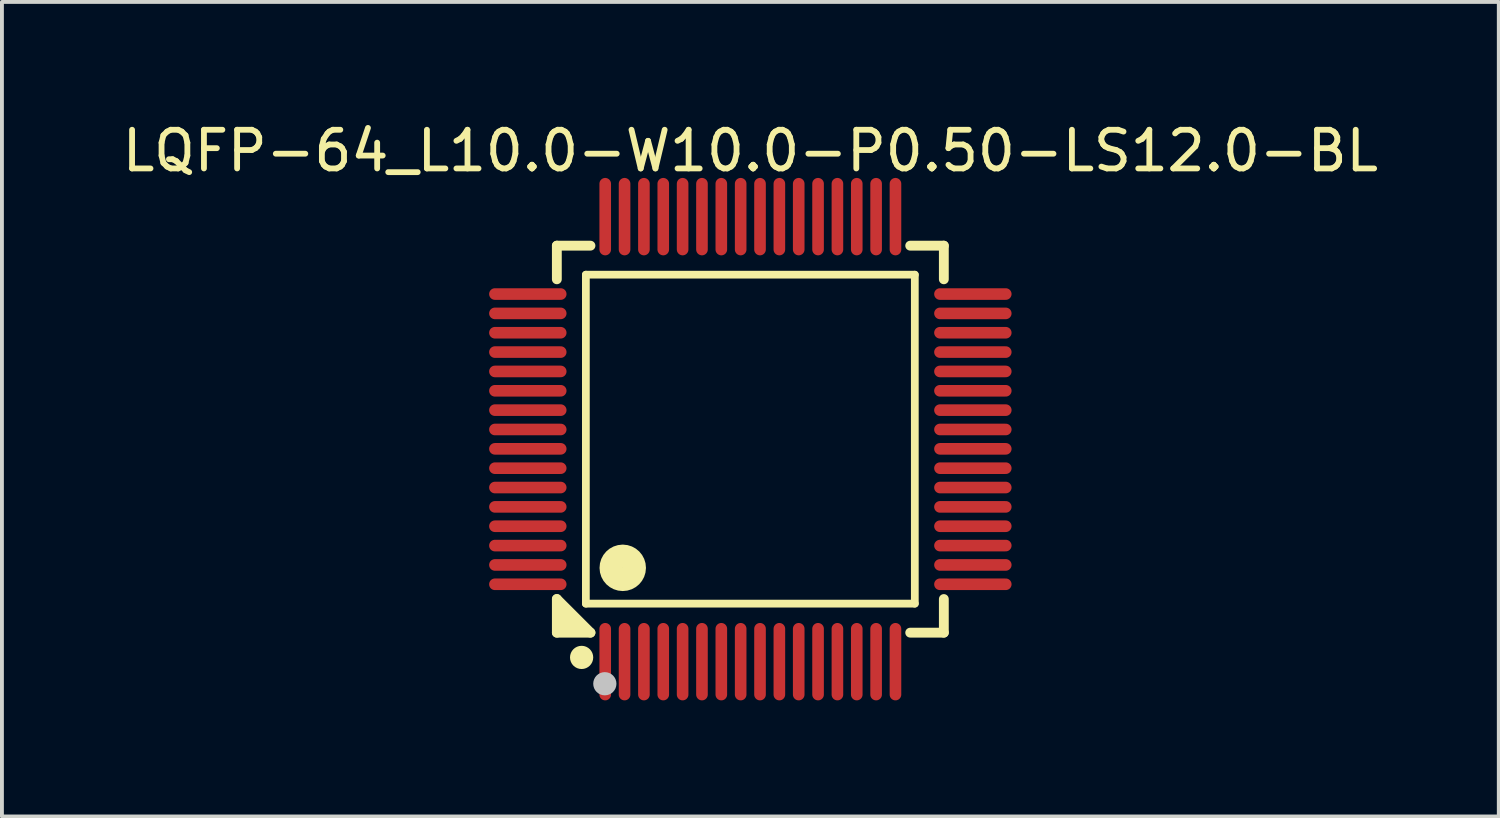
<source format=kicad_pcb>
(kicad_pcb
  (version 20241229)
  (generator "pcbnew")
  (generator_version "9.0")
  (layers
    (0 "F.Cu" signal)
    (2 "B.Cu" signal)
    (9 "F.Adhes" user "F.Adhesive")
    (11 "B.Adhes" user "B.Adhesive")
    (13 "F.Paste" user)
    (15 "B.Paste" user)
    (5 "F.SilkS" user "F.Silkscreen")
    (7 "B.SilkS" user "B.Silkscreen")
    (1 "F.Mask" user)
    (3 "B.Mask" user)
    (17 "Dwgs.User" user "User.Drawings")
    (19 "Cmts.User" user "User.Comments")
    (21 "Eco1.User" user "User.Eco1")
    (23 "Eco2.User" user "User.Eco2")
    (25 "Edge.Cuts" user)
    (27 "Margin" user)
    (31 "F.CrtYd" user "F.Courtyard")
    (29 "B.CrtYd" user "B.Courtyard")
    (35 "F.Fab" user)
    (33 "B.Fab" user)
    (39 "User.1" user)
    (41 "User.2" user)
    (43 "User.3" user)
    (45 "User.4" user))
  (footprint "LQFP-64_L10.0-W10.0-P0.50-LS12.0-BL"
    (layer "F.Cu")
    (at 16.339 8.298)
    (property "Reference" "LQFP-64_L10.0-W10.0-P0.50-LS12.0-BL" (at 0 -7.45 0) (layer "F.SilkS") (effects (font (size 1 1) (thickness 0.15))))
    (fp_line (start -5 -5) (end -4.131 -5) (stroke (width 0.254) (type default)) (layer "F.SilkS"))
    (fp_line (start -5 -4.131) (end -5 -5) (stroke (width 0.254) (type default)) (layer "F.SilkS"))
    (fp_line (start -5 4.131) (end -4.131 5) (stroke (width 0.254) (type default)) (layer "F.SilkS"))
    (fp_line (start -5 5) (end -5 4.131) (stroke (width 0.254) (type default)) (layer "F.SilkS"))
    (fp_line (start -4.25 -4.25) (end -4.25 4.25) (stroke (width 0.2) (type default)) (layer "F.SilkS"))
    (fp_line (start -4.25 4.25) (end 4.25 4.25) (stroke (width 0.2) (type default)) (layer "F.SilkS"))
    (fp_line (start -4.131 5) (end -5 5) (stroke (width 0.254) (type default)) (layer "F.SilkS"))
    (fp_line (start 4.25 -4.25) (end -4.25 -4.25) (stroke (width 0.2) (type default)) (layer "F.SilkS"))
    (fp_line (start 4.25 4.25) (end 4.25 -4.25) (stroke (width 0.2) (type default)) (layer "F.SilkS"))
    (fp_line (start 5 -5) (end 4.131 -5) (stroke (width 0.254) (type default)) (layer "F.SilkS"))
    (fp_line (start 5 -5) (end 5 -4.131) (stroke (width 0.254) (type default)) (layer "F.SilkS"))
    (fp_line (start 5 4.131) (end 5 5) (stroke (width 0.254) (type default)) (layer "F.SilkS"))
    (fp_line (start 5 5) (end 4.131 5) (stroke (width 0.254) (type default)) (layer "F.SilkS"))
    (fp_arc (start -4.3585 5.49) (mid -4.36 5.790007) (end -4.3615 5.49) (stroke (width 0.3) (type default)) (layer "F.SilkS"))
    (fp_arc (start -3.2945 3.025) (mid -3.297 3.62501) (end -3.2995 3.025) (stroke (width 0.6) (type default)) (layer "F.SilkS"))
    (fp_poly (pts (xy -4.131 5) (xy -5 4.131) (xy -5 5)) (stroke (width 0) (type default)) (fill yes) (layer "F.SilkS"))
    (fp_circle (center -3.76 6.32) (end -3.61 6.32) (stroke (width 0.3) (type default)) (fill no) (layer "Dwgs.User"))
    (fp_poly (pts (xy -6 -3.64) (xy -6 -3.86) (xy -5.4 -3.86) (xy -5.4 -3.64)) (stroke (width 0.1) (type default)) (fill no) (layer "User.1"))
    (fp_poly (pts (xy -6 -3.14) (xy -6 -3.36) (xy -5.4 -3.36) (xy -5.4 -3.14)) (stroke (width 0.1) (type default)) (fill no) (layer "User.1"))
    (fp_poly (pts (xy -6 -2.64) (xy -6 -2.86) (xy -5.4 -2.86) (xy -5.4 -2.64)) (stroke (width 0.1) (type default)) (fill no) (layer "User.1"))
    (fp_poly (pts (xy -6 -2.14) (xy -6 -2.36) (xy -5.4 -2.36) (xy -5.4 -2.14)) (stroke (width 0.1) (type default)) (fill no) (layer "User.1"))
    (fp_poly (pts (xy -6 -1.64) (xy -6 -1.86) (xy -5.4 -1.86) (xy -5.4 -1.64)) (stroke (width 0.1) (type default)) (fill no) (layer "User.1"))
    (fp_poly (pts (xy -6 -1.14) (xy -6 -1.36) (xy -5.4 -1.36) (xy -5.4 -1.14)) (stroke (width 0.1) (type default)) (fill no) (layer "User.1"))
    (fp_poly (pts (xy -6 -0.64) (xy -6 -0.86) (xy -5.4 -0.86) (xy -5.4 -0.64)) (stroke (width 0.1) (type default)) (fill no) (layer "User.1"))
    (fp_poly (pts (xy -6 -0.14) (xy -6 -0.36) (xy -5.4 -0.36) (xy -5.4 -0.14)) (stroke (width 0.1) (type default)) (fill no) (layer "User.1"))
    (fp_poly (pts (xy -6 0.36) (xy -6 0.14) (xy -5.4 0.14) (xy -5.4 0.36)) (stroke (width 0.1) (type default)) (fill no) (layer "User.1"))
    (fp_poly (pts (xy -6 0.86) (xy -6 0.64) (xy -5.4 0.64) (xy -5.4 0.86)) (stroke (width 0.1) (type default)) (fill no) (layer "User.1"))
    (fp_poly (pts (xy -6 1.36) (xy -6 1.14) (xy -5.4 1.14) (xy -5.4 1.36)) (stroke (width 0.1) (type default)) (fill no) (layer "User.1"))
    (fp_poly (pts (xy -6 1.86) (xy -6 1.64) (xy -5.4 1.64) (xy -5.4 1.86)) (stroke (width 0.1) (type default)) (fill no) (layer "User.1"))
    (fp_poly (pts (xy -6 2.36) (xy -6 2.14) (xy -5.4 2.14) (xy -5.4 2.36)) (stroke (width 0.1) (type default)) (fill no) (layer "User.1"))
    (fp_poly (pts (xy -6 2.86) (xy -6 2.64) (xy -5.4 2.64) (xy -5.4 2.86)) (stroke (width 0.1) (type default)) (fill no) (layer "User.1"))
    (fp_poly (pts (xy -6 3.36) (xy -6 3.14) (xy -5.4 3.14) (xy -5.4 3.36)) (stroke (width 0.1) (type default)) (fill no) (layer "User.1"))
    (fp_poly (pts (xy -6 3.86) (xy -6 3.64) (xy -5.4 3.64) (xy -5.4 3.86)) (stroke (width 0.1) (type default)) (fill no) (layer "User.1"))
    (fp_poly (pts (xy -5.41 -3.64) (xy -5.41 -3.86) (xy -4.99 -3.86) (xy -4.99 -3.64)) (stroke (width 0.1) (type default)) (fill no) (layer "User.1"))
    (fp_poly (pts (xy -5.41 -3.14) (xy -5.41 -3.36) (xy -4.99 -3.36) (xy -4.99 -3.14)) (stroke (width 0.1) (type default)) (fill no) (layer "User.1"))
    (fp_poly (pts (xy -5.41 -2.64) (xy -5.41 -2.86) (xy -4.99 -2.86) (xy -4.99 -2.64)) (stroke (width 0.1) (type default)) (fill no) (layer "User.1"))
    (fp_poly (pts (xy -5.41 -2.14) (xy -5.41 -2.36) (xy -4.99 -2.36) (xy -4.99 -2.14)) (stroke (width 0.1) (type default)) (fill no) (layer "User.1"))
    (fp_poly (pts (xy -5.41 -1.64) (xy -5.41 -1.86) (xy -4.99 -1.86) (xy -4.99 -1.64)) (stroke (width 0.1) (type default)) (fill no) (layer "User.1"))
    (fp_poly (pts (xy -5.41 -1.14) (xy -5.41 -1.36) (xy -4.99 -1.36) (xy -4.99 -1.14)) (stroke (width 0.1) (type default)) (fill no) (layer "User.1"))
    (fp_poly (pts (xy -5.41 -0.64) (xy -5.41 -0.86) (xy -4.99 -0.86) (xy -4.99 -0.64)) (stroke (width 0.1) (type default)) (fill no) (layer "User.1"))
    (fp_poly (pts (xy -5.41 -0.14) (xy -5.41 -0.36) (xy -4.99 -0.36) (xy -4.99 -0.14)) (stroke (width 0.1) (type default)) (fill no) (layer "User.1"))
    (fp_poly (pts (xy -5.41 0.36) (xy -5.41 0.14) (xy -4.99 0.14) (xy -4.99 0.36)) (stroke (width 0.1) (type default)) (fill no) (layer "User.1"))
    (fp_poly (pts (xy -5.41 0.86) (xy -5.41 0.64) (xy -4.99 0.64) (xy -4.99 0.86)) (stroke (width 0.1) (type default)) (fill no) (layer "User.1"))
    (fp_poly (pts (xy -5.41 1.36) (xy -5.41 1.14) (xy -4.99 1.14) (xy -4.99 1.36)) (stroke (width 0.1) (type default)) (fill no) (layer "User.1"))
    (fp_poly (pts (xy -5.41 1.86) (xy -5.41 1.64) (xy -4.99 1.64) (xy -4.99 1.86)) (stroke (width 0.1) (type default)) (fill no) (layer "User.1"))
    (fp_poly (pts (xy -5.41 2.36) (xy -5.41 2.14) (xy -4.99 2.14) (xy -4.99 2.36)) (stroke (width 0.1) (type default)) (fill no) (layer "User.1"))
    (fp_poly (pts (xy -5.41 2.86) (xy -5.41 2.64) (xy -4.99 2.64) (xy -4.99 2.86)) (stroke (width 0.1) (type default)) (fill no) (layer "User.1"))
    (fp_poly (pts (xy -5.41 3.36) (xy -5.41 3.14) (xy -4.99 3.14) (xy -4.99 3.36)) (stroke (width 0.1) (type default)) (fill no) (layer "User.1"))
    (fp_poly (pts (xy -5.41 3.86) (xy -5.41 3.64) (xy -4.99 3.64) (xy -4.99 3.86)) (stroke (width 0.1) (type default)) (fill no) (layer "User.1"))
    (fp_poly (pts (xy -3.86 -5.4) (xy -3.86 -6) (xy -3.64 -6) (xy -3.64 -5.4)) (stroke (width 0.1) (type default)) (fill no) (layer "User.1"))
    (fp_poly (pts (xy -3.86 -4.99) (xy -3.86 -5.41) (xy -3.64 -5.41) (xy -3.64 -4.99)) (stroke (width 0.1) (type default)) (fill no) (layer "User.1"))
    (fp_poly (pts (xy -3.86 5.41) (xy -3.86 4.99) (xy -3.64 4.99) (xy -3.64 5.41)) (stroke (width 0.1) (type default)) (fill no) (layer "User.1"))
    (fp_poly (pts (xy -3.86 6) (xy -3.86 5.4) (xy -3.64 5.4) (xy -3.64 6)) (stroke (width 0.1) (type default)) (fill no) (layer "User.1"))
    (fp_poly (pts (xy -3.36 -5.4) (xy -3.36 -6) (xy -3.14 -6) (xy -3.14 -5.4)) (stroke (width 0.1) (type default)) (fill no) (layer "User.1"))
    (fp_poly (pts (xy -3.36 -4.99) (xy -3.36 -5.41) (xy -3.14 -5.41) (xy -3.14 -4.99)) (stroke (width 0.1) (type default)) (fill no) (layer "User.1"))
    (fp_poly (pts (xy -3.36 5.41) (xy -3.36 4.99) (xy -3.14 4.99) (xy -3.14 5.41)) (stroke (width 0.1) (type default)) (fill no) (layer "User.1"))
    (fp_poly (pts (xy -3.36 6) (xy -3.36 5.4) (xy -3.14 5.4) (xy -3.14 6)) (stroke (width 0.1) (type default)) (fill no) (layer "User.1"))
    (fp_poly (pts (xy -2.86 -5.4) (xy -2.86 -6) (xy -2.64 -6) (xy -2.64 -5.4)) (stroke (width 0.1) (type default)) (fill no) (layer "User.1"))
    (fp_poly (pts (xy -2.86 -4.99) (xy -2.86 -5.41) (xy -2.64 -5.41) (xy -2.64 -4.99)) (stroke (width 0.1) (type default)) (fill no) (layer "User.1"))
    (fp_poly (pts (xy -2.86 5.41) (xy -2.86 4.99) (xy -2.64 4.99) (xy -2.64 5.41)) (stroke (width 0.1) (type default)) (fill no) (layer "User.1"))
    (fp_poly (pts (xy -2.86 6) (xy -2.86 5.4) (xy -2.64 5.4) (xy -2.64 6)) (stroke (width 0.1) (type default)) (fill no) (layer "User.1"))
    (fp_poly (pts (xy -2.36 -5.4) (xy -2.36 -6) (xy -2.14 -6) (xy -2.14 -5.4)) (stroke (width 0.1) (type default)) (fill no) (layer "User.1"))
    (fp_poly (pts (xy -2.36 -4.99) (xy -2.36 -5.41) (xy -2.14 -5.41) (xy -2.14 -4.99)) (stroke (width 0.1) (type default)) (fill no) (layer "User.1"))
    (fp_poly (pts (xy -2.36 5.41) (xy -2.36 4.99) (xy -2.14 4.99) (xy -2.14 5.41)) (stroke (width 0.1) (type default)) (fill no) (layer "User.1"))
    (fp_poly (pts (xy -2.36 6) (xy -2.36 5.4) (xy -2.14 5.4) (xy -2.14 6)) (stroke (width 0.1) (type default)) (fill no) (layer "User.1"))
    (fp_poly (pts (xy -1.86 -5.4) (xy -1.86 -6) (xy -1.64 -6) (xy -1.64 -5.4)) (stroke (width 0.1) (type default)) (fill no) (layer "User.1"))
    (fp_poly (pts (xy -1.86 -4.99) (xy -1.86 -5.41) (xy -1.64 -5.41) (xy -1.64 -4.99)) (stroke (width 0.1) (type default)) (fill no) (layer "User.1"))
    (fp_poly (pts (xy -1.86 5.41) (xy -1.86 4.99) (xy -1.64 4.99) (xy -1.64 5.41)) (stroke (width 0.1) (type default)) (fill no) (layer "User.1"))
    (fp_poly (pts (xy -1.86 6) (xy -1.86 5.4) (xy -1.64 5.4) (xy -1.64 6)) (stroke (width 0.1) (type default)) (fill no) (layer "User.1"))
    (fp_poly (pts (xy -1.36 -5.4) (xy -1.36 -6) (xy -1.14 -6) (xy -1.14 -5.4)) (stroke (width 0.1) (type default)) (fill no) (layer "User.1"))
    (fp_poly (pts (xy -1.36 -4.99) (xy -1.36 -5.41) (xy -1.14 -5.41) (xy -1.14 -4.99)) (stroke (width 0.1) (type default)) (fill no) (layer "User.1"))
    (fp_poly (pts (xy -1.36 5.41) (xy -1.36 4.99) (xy -1.14 4.99) (xy -1.14 5.41)) (stroke (width 0.1) (type default)) (fill no) (layer "User.1"))
    (fp_poly (pts (xy -1.36 6) (xy -1.36 5.4) (xy -1.14 5.4) (xy -1.14 6)) (stroke (width 0.1) (type default)) (fill no) (layer "User.1"))
    (fp_poly (pts (xy -0.86 -5.4) (xy -0.86 -6) (xy -0.64 -6) (xy -0.64 -5.4)) (stroke (width 0.1) (type default)) (fill no) (layer "User.1"))
    (fp_poly (pts (xy -0.86 -4.99) (xy -0.86 -5.41) (xy -0.64 -5.41) (xy -0.64 -4.99)) (stroke (width 0.1) (type default)) (fill no) (layer "User.1"))
    (fp_poly (pts (xy -0.86 5.41) (xy -0.86 4.99) (xy -0.64 4.99) (xy -0.64 5.41)) (stroke (width 0.1) (type default)) (fill no) (layer "User.1"))
    (fp_poly (pts (xy -0.86 6) (xy -0.86 5.4) (xy -0.64 5.4) (xy -0.64 6)) (stroke (width 0.1) (type default)) (fill no) (layer "User.1"))
    (fp_poly (pts (xy -0.36 -5.4) (xy -0.36 -6) (xy -0.14 -6) (xy -0.14 -5.4)) (stroke (width 0.1) (type default)) (fill no) (layer "User.1"))
    (fp_poly (pts (xy -0.36 -4.99) (xy -0.36 -5.41) (xy -0.14 -5.41) (xy -0.14 -4.99)) (stroke (width 0.1) (type default)) (fill no) (layer "User.1"))
    (fp_poly (pts (xy -0.36 5.41) (xy -0.36 4.99) (xy -0.14 4.99) (xy -0.14 5.41)) (stroke (width 0.1) (type default)) (fill no) (layer "User.1"))
    (fp_poly (pts (xy -0.36 6) (xy -0.36 5.4) (xy -0.14 5.4) (xy -0.14 6)) (stroke (width 0.1) (type default)) (fill no) (layer "User.1"))
    (fp_poly (pts (xy 0.14 -5.4) (xy 0.14 -6) (xy 0.36 -6) (xy 0.36 -5.4)) (stroke (width 0.1) (type default)) (fill no) (layer "User.1"))
    (fp_poly (pts (xy 0.14 -4.99) (xy 0.14 -5.41) (xy 0.36 -5.41) (xy 0.36 -4.99)) (stroke (width 0.1) (type default)) (fill no) (layer "User.1"))
    (fp_poly (pts (xy 0.14 5.41) (xy 0.14 4.99) (xy 0.36 4.99) (xy 0.36 5.41)) (stroke (width 0.1) (type default)) (fill no) (layer "User.1"))
    (fp_poly (pts (xy 0.14 6) (xy 0.14 5.4) (xy 0.36 5.4) (xy 0.36 6)) (stroke (width 0.1) (type default)) (fill no) (layer "User.1"))
    (fp_poly (pts (xy 0.64 -5.4) (xy 0.64 -6) (xy 0.86 -6) (xy 0.86 -5.4)) (stroke (width 0.1) (type default)) (fill no) (layer "User.1"))
    (fp_poly (pts (xy 0.64 -4.99) (xy 0.64 -5.41) (xy 0.86 -5.41) (xy 0.86 -4.99)) (stroke (width 0.1) (type default)) (fill no) (layer "User.1"))
    (fp_poly (pts (xy 0.64 5.41) (xy 0.64 4.99) (xy 0.86 4.99) (xy 0.86 5.41)) (stroke (width 0.1) (type default)) (fill no) (layer "User.1"))
    (fp_poly (pts (xy 0.64 6) (xy 0.64 5.4) (xy 0.86 5.4) (xy 0.86 6)) (stroke (width 0.1) (type default)) (fill no) (layer "User.1"))
    (fp_poly (pts (xy 1.14 -5.4) (xy 1.14 -6) (xy 1.36 -6) (xy 1.36 -5.4)) (stroke (width 0.1) (type default)) (fill no) (layer "User.1"))
    (fp_poly (pts (xy 1.14 -4.99) (xy 1.14 -5.41) (xy 1.36 -5.41) (xy 1.36 -4.99)) (stroke (width 0.1) (type default)) (fill no) (layer "User.1"))
    (fp_poly (pts (xy 1.14 5.41) (xy 1.14 4.99) (xy 1.36 4.99) (xy 1.36 5.41)) (stroke (width 0.1) (type default)) (fill no) (layer "User.1"))
    (fp_poly (pts (xy 1.14 6) (xy 1.14 5.4) (xy 1.36 5.4) (xy 1.36 6)) (stroke (width 0.1) (type default)) (fill no) (layer "User.1"))
    (fp_poly (pts (xy 1.64 -5.4) (xy 1.64 -6) (xy 1.86 -6) (xy 1.86 -5.4)) (stroke (width 0.1) (type default)) (fill no) (layer "User.1"))
    (fp_poly (pts (xy 1.64 -4.99) (xy 1.64 -5.41) (xy 1.86 -5.41) (xy 1.86 -4.99)) (stroke (width 0.1) (type default)) (fill no) (layer "User.1"))
    (fp_poly (pts (xy 1.64 5.41) (xy 1.64 4.99) (xy 1.86 4.99) (xy 1.86 5.41)) (stroke (width 0.1) (type default)) (fill no) (layer "User.1"))
    (fp_poly (pts (xy 1.64 6) (xy 1.64 5.4) (xy 1.86 5.4) (xy 1.86 6)) (stroke (width 0.1) (type default)) (fill no) (layer "User.1"))
    (fp_poly (pts (xy 2.14 -5.4) (xy 2.14 -6) (xy 2.36 -6) (xy 2.36 -5.4)) (stroke (width 0.1) (type default)) (fill no) (layer "User.1"))
    (fp_poly (pts (xy 2.14 -4.99) (xy 2.14 -5.41) (xy 2.36 -5.41) (xy 2.36 -4.99)) (stroke (width 0.1) (type default)) (fill no) (layer "User.1"))
    (fp_poly (pts (xy 2.14 5.41) (xy 2.14 4.99) (xy 2.36 4.99) (xy 2.36 5.41)) (stroke (width 0.1) (type default)) (fill no) (layer "User.1"))
    (fp_poly (pts (xy 2.14 6) (xy 2.14 5.4) (xy 2.36 5.4) (xy 2.36 6)) (stroke (width 0.1) (type default)) (fill no) (layer "User.1"))
    (fp_poly (pts (xy 2.64 -5.4) (xy 2.64 -6) (xy 2.86 -6) (xy 2.86 -5.4)) (stroke (width 0.1) (type default)) (fill no) (layer "User.1"))
    (fp_poly (pts (xy 2.64 -4.99) (xy 2.64 -5.41) (xy 2.86 -5.41) (xy 2.86 -4.99)) (stroke (width 0.1) (type default)) (fill no) (layer "User.1"))
    (fp_poly (pts (xy 2.64 5.41) (xy 2.64 4.99) (xy 2.86 4.99) (xy 2.86 5.41)) (stroke (width 0.1) (type default)) (fill no) (layer "User.1"))
    (fp_poly (pts (xy 2.64 6) (xy 2.64 5.4) (xy 2.86 5.4) (xy 2.86 6)) (stroke (width 0.1) (type default)) (fill no) (layer "User.1"))
    (fp_poly (pts (xy 3.14 -5.4) (xy 3.14 -6) (xy 3.36 -6) (xy 3.36 -5.4)) (stroke (width 0.1) (type default)) (fill no) (layer "User.1"))
    (fp_poly (pts (xy 3.14 -4.99) (xy 3.14 -5.41) (xy 3.36 -5.41) (xy 3.36 -4.99)) (stroke (width 0.1) (type default)) (fill no) (layer "User.1"))
    (fp_poly (pts (xy 3.14 5.41) (xy 3.14 4.99) (xy 3.36 4.99) (xy 3.36 5.41)) (stroke (width 0.1) (type default)) (fill no) (layer "User.1"))
    (fp_poly (pts (xy 3.14 6) (xy 3.14 5.4) (xy 3.36 5.4) (xy 3.36 6)) (stroke (width 0.1) (type default)) (fill no) (layer "User.1"))
    (fp_poly (pts (xy 3.64 -5.4) (xy 3.64 -6) (xy 3.86 -6) (xy 3.86 -5.4)) (stroke (width 0.1) (type default)) (fill no) (layer "User.1"))
    (fp_poly (pts (xy 3.64 -4.99) (xy 3.64 -5.41) (xy 3.86 -5.41) (xy 3.86 -4.99)) (stroke (width 0.1) (type default)) (fill no) (layer "User.1"))
    (fp_poly (pts (xy 3.64 5.41) (xy 3.64 4.99) (xy 3.86 4.99) (xy 3.86 5.41)) (stroke (width 0.1) (type default)) (fill no) (layer "User.1"))
    (fp_poly (pts (xy 3.64 6) (xy 3.64 5.4) (xy 3.86 5.4) (xy 3.86 6)) (stroke (width 0.1) (type default)) (fill no) (layer "User.1"))
    (fp_poly (pts (xy 4.99 -3.64) (xy 4.99 -3.86) (xy 5.41 -3.86) (xy 5.41 -3.64)) (stroke (width 0.1) (type default)) (fill no) (layer "User.1"))
    (fp_poly (pts (xy 4.99 -3.14) (xy 4.99 -3.36) (xy 5.41 -3.36) (xy 5.41 -3.14)) (stroke (width 0.1) (type default)) (fill no) (layer "User.1"))
    (fp_poly (pts (xy 4.99 -2.64) (xy 4.99 -2.86) (xy 5.41 -2.86) (xy 5.41 -2.64)) (stroke (width 0.1) (type default)) (fill no) (layer "User.1"))
    (fp_poly (pts (xy 4.99 -2.14) (xy 4.99 -2.36) (xy 5.41 -2.36) (xy 5.41 -2.14)) (stroke (width 0.1) (type default)) (fill no) (layer "User.1"))
    (fp_poly (pts (xy 4.99 -1.64) (xy 4.99 -1.86) (xy 5.41 -1.86) (xy 5.41 -1.64)) (stroke (width 0.1) (type default)) (fill no) (layer "User.1"))
    (fp_poly (pts (xy 4.99 -1.14) (xy 4.99 -1.36) (xy 5.41 -1.36) (xy 5.41 -1.14)) (stroke (width 0.1) (type default)) (fill no) (layer "User.1"))
    (fp_poly (pts (xy 4.99 -0.64) (xy 4.99 -0.86) (xy 5.41 -0.86) (xy 5.41 -0.64)) (stroke (width 0.1) (type default)) (fill no) (layer "User.1"))
    (fp_poly (pts (xy 4.99 -0.14) (xy 4.99 -0.36) (xy 5.41 -0.36) (xy 5.41 -0.14)) (stroke (width 0.1) (type default)) (fill no) (layer "User.1"))
    (fp_poly (pts (xy 4.99 0.36) (xy 4.99 0.14) (xy 5.41 0.14) (xy 5.41 0.36)) (stroke (width 0.1) (type default)) (fill no) (layer "User.1"))
    (fp_poly (pts (xy 4.99 0.86) (xy 4.99 0.64) (xy 5.41 0.64) (xy 5.41 0.86)) (stroke (width 0.1) (type default)) (fill no) (layer "User.1"))
    (fp_poly (pts (xy 4.99 1.36) (xy 4.99 1.14) (xy 5.41 1.14) (xy 5.41 1.36)) (stroke (width 0.1) (type default)) (fill no) (layer "User.1"))
    (fp_poly (pts (xy 4.99 1.86) (xy 4.99 1.64) (xy 5.41 1.64) (xy 5.41 1.86)) (stroke (width 0.1) (type default)) (fill no) (layer "User.1"))
    (fp_poly (pts (xy 4.99 2.36) (xy 4.99 2.14) (xy 5.41 2.14) (xy 5.41 2.36)) (stroke (width 0.1) (type default)) (fill no) (layer "User.1"))
    (fp_poly (pts (xy 4.99 2.86) (xy 4.99 2.64) (xy 5.41 2.64) (xy 5.41 2.86)) (stroke (width 0.1) (type default)) (fill no) (layer "User.1"))
    (fp_poly (pts (xy 4.99 3.36) (xy 4.99 3.14) (xy 5.41 3.14) (xy 5.41 3.36)) (stroke (width 0.1) (type default)) (fill no) (layer "User.1"))
    (fp_poly (pts (xy 4.99 3.86) (xy 4.99 3.64) (xy 5.41 3.64) (xy 5.41 3.86)) (stroke (width 0.1) (type default)) (fill no) (layer "User.1"))
    (fp_poly (pts (xy 5.4 -3.64) (xy 5.4 -3.86) (xy 6 -3.86) (xy 6 -3.64)) (stroke (width 0.1) (type default)) (fill no) (layer "User.1"))
    (fp_poly (pts (xy 5.4 -3.14) (xy 5.4 -3.36) (xy 6 -3.36) (xy 6 -3.14)) (stroke (width 0.1) (type default)) (fill no) (layer "User.1"))
    (fp_poly (pts (xy 5.4 -2.64) (xy 5.4 -2.86) (xy 6 -2.86) (xy 6 -2.64)) (stroke (width 0.1) (type default)) (fill no) (layer "User.1"))
    (fp_poly (pts (xy 5.4 -2.14) (xy 5.4 -2.36) (xy 6 -2.36) (xy 6 -2.14)) (stroke (width 0.1) (type default)) (fill no) (layer "User.1"))
    (fp_poly (pts (xy 5.4 -1.64) (xy 5.4 -1.86) (xy 6 -1.86) (xy 6 -1.64)) (stroke (width 0.1) (type default)) (fill no) (layer "User.1"))
    (fp_poly (pts (xy 5.4 -1.14) (xy 5.4 -1.36) (xy 6 -1.36) (xy 6 -1.14)) (stroke (width 0.1) (type default)) (fill no) (layer "User.1"))
    (fp_poly (pts (xy 5.4 -0.64) (xy 5.4 -0.86) (xy 6 -0.86) (xy 6 -0.64)) (stroke (width 0.1) (type default)) (fill no) (layer "User.1"))
    (fp_poly (pts (xy 5.4 -0.14) (xy 5.4 -0.36) (xy 6 -0.36) (xy 6 -0.14)) (stroke (width 0.1) (type default)) (fill no) (layer "User.1"))
    (fp_poly (pts (xy 5.4 0.36) (xy 5.4 0.14) (xy 6 0.14) (xy 6 0.36)) (stroke (width 0.1) (type default)) (fill no) (layer "User.1"))
    (fp_poly (pts (xy 5.4 0.86) (xy 5.4 0.64) (xy 6 0.64) (xy 6 0.86)) (stroke (width 0.1) (type default)) (fill no) (layer "User.1"))
    (fp_poly (pts (xy 5.4 1.36) (xy 5.4 1.14) (xy 6 1.14) (xy 6 1.36)) (stroke (width 0.1) (type default)) (fill no) (layer "User.1"))
    (fp_poly (pts (xy 5.4 1.86) (xy 5.4 1.64) (xy 6 1.64) (xy 6 1.86)) (stroke (width 0.1) (type default)) (fill no) (layer "User.1"))
    (fp_poly (pts (xy 5.4 2.36) (xy 5.4 2.14) (xy 6 2.14) (xy 6 2.36)) (stroke (width 0.1) (type default)) (fill no) (layer "User.1"))
    (fp_poly (pts (xy 5.4 2.86) (xy 5.4 2.64) (xy 6 2.64) (xy 6 2.86)) (stroke (width 0.1) (type default)) (fill no) (layer "User.1"))
    (fp_poly (pts (xy 5.4 3.36) (xy 5.4 3.14) (xy 6 3.14) (xy 6 3.36)) (stroke (width 0.1) (type default)) (fill no) (layer "User.1"))
    (fp_poly (pts (xy 5.4 3.86) (xy 5.4 3.64) (xy 6 3.64) (xy 6 3.86)) (stroke (width 0.1) (type default)) (fill no) (layer "User.1"))
    (fp_line (start -5 -5) (end 5 -5) (stroke (width 0.051) (type default)) (layer "User.2"))
    (fp_line (start -5 5) (end -5 -5) (stroke (width 0.051) (type default)) (layer "User.2"))
    (fp_line (start 5 -5) (end 5 5) (stroke (width 0.051) (type default)) (layer "User.2"))
    (fp_line (start 5 5) (end -5 5) (stroke (width 0.051) (type default)) (layer "User.2"))
    (fp_poly (pts (xy -5.94 6) (xy -5.958 5.958) (xy -6 5.94) (xy -6.042 5.958) (xy -6.06 6) (xy -6.042 6.042) (xy -6 6.06) (xy -5.958 6.042)) (stroke (width 0.1) (type default)) (fill no) (layer "User.3"))
    (pad "1" smd oval (at -3.75 5.75) (size 0.3 2) (layers "F.Cu" "F.Mask" "F.Paste"))
    (pad "2" smd oval (at -3.25 5.75) (size 0.3 2) (layers "F.Cu" "F.Mask" "F.Paste"))
    (pad "3" smd oval (at -2.75 5.75) (size 0.3 2) (layers "F.Cu" "F.Mask" "F.Paste"))
    (pad "4" smd oval (at -2.25 5.75) (size 0.3 2) (layers "F.Cu" "F.Mask" "F.Paste"))
    (pad "5" smd oval (at -1.75 5.75) (size 0.3 2) (layers "F.Cu" "F.Mask" "F.Paste"))
    (pad "6" smd oval (at -1.25 5.75) (size 0.3 2) (layers "F.Cu" "F.Mask" "F.Paste"))
    (pad "7" smd oval (at -0.75 5.75) (size 0.3 2) (layers "F.Cu" "F.Mask" "F.Paste"))
    (pad "8" smd oval (at -0.25 5.75) (size 0.3 2) (layers "F.Cu" "F.Mask" "F.Paste"))
    (pad "9" smd oval (at 0.25 5.75) (size 0.3 2) (layers "F.Cu" "F.Mask" "F.Paste"))
    (pad "10" smd oval (at 0.75 5.75) (size 0.3 2) (layers "F.Cu" "F.Mask" "F.Paste"))
    (pad "11" smd oval (at 1.25 5.75) (size 0.3 2) (layers "F.Cu" "F.Mask" "F.Paste"))
    (pad "12" smd oval (at 1.75 5.75) (size 0.3 2) (layers "F.Cu" "F.Mask" "F.Paste"))
    (pad "13" smd oval (at 2.25 5.75) (size 0.3 2) (layers "F.Cu" "F.Mask" "F.Paste"))
    (pad "14" smd oval (at 2.75 5.75) (size 0.3 2) (layers "F.Cu" "F.Mask" "F.Paste"))
    (pad "15" smd oval (at 3.25 5.75) (size 0.3 2) (layers "F.Cu" "F.Mask" "F.Paste"))
    (pad "16" smd oval (at 3.75 5.75) (size 0.3 2) (layers "F.Cu" "F.Mask" "F.Paste"))
    (pad "17" smd oval (at 5.75 3.75) (size 2 0.3) (layers "F.Cu" "F.Mask" "F.Paste"))
    (pad "18" smd oval (at 5.75 3.25) (size 2 0.3) (layers "F.Cu" "F.Mask" "F.Paste"))
    (pad "19" smd oval (at 5.75 2.75) (size 2 0.3) (layers "F.Cu" "F.Mask" "F.Paste"))
    (pad "20" smd oval (at 5.75 2.25) (size 2 0.3) (layers "F.Cu" "F.Mask" "F.Paste"))
    (pad "21" smd oval (at 5.75 1.75) (size 2 0.3) (layers "F.Cu" "F.Mask" "F.Paste"))
    (pad "22" smd oval (at 5.75 1.25) (size 2 0.3) (layers "F.Cu" "F.Mask" "F.Paste"))
    (pad "23" smd oval (at 5.75 0.75) (size 2 0.3) (layers "F.Cu" "F.Mask" "F.Paste"))
    (pad "24" smd oval (at 5.75 0.25) (size 2 0.3) (layers "F.Cu" "F.Mask" "F.Paste"))
    (pad "25" smd oval (at 5.75 -0.25) (size 2 0.3) (layers "F.Cu" "F.Mask" "F.Paste"))
    (pad "26" smd oval (at 5.75 -0.75) (size 2 0.3) (layers "F.Cu" "F.Mask" "F.Paste"))
    (pad "27" smd oval (at 5.75 -1.25) (size 2 0.3) (layers "F.Cu" "F.Mask" "F.Paste"))
    (pad "28" smd oval (at 5.75 -1.75) (size 2 0.3) (layers "F.Cu" "F.Mask" "F.Paste"))
    (pad "29" smd oval (at 5.75 -2.25) (size 2 0.3) (layers "F.Cu" "F.Mask" "F.Paste"))
    (pad "30" smd oval (at 5.75 -2.75) (size 2 0.3) (layers "F.Cu" "F.Mask" "F.Paste"))
    (pad "31" smd oval (at 5.75 -3.25) (size 2 0.3) (layers "F.Cu" "F.Mask" "F.Paste"))
    (pad "32" smd oval (at 5.75 -3.75) (size 2 0.3) (layers "F.Cu" "F.Mask" "F.Paste"))
    (pad "33" smd oval (at 3.75 -5.75) (size 0.3 2) (layers "F.Cu" "F.Mask" "F.Paste"))
    (pad "34" smd oval (at 3.25 -5.75) (size 0.3 2) (layers "F.Cu" "F.Mask" "F.Paste"))
    (pad "35" smd oval (at 2.75 -5.75) (size 0.3 2) (layers "F.Cu" "F.Mask" "F.Paste"))
    (pad "36" smd oval (at 2.25 -5.75) (size 0.3 2) (layers "F.Cu" "F.Mask" "F.Paste"))
    (pad "37" smd oval (at 1.75 -5.75) (size 0.3 2) (layers "F.Cu" "F.Mask" "F.Paste"))
    (pad "38" smd oval (at 1.25 -5.75) (size 0.3 2) (layers "F.Cu" "F.Mask" "F.Paste"))
    (pad "39" smd oval (at 0.75 -5.75) (size 0.3 2) (layers "F.Cu" "F.Mask" "F.Paste"))
    (pad "40" smd oval (at 0.25 -5.75) (size 0.3 2) (layers "F.Cu" "F.Mask" "F.Paste"))
    (pad "41" smd oval (at -0.25 -5.75) (size 0.3 2) (layers "F.Cu" "F.Mask" "F.Paste"))
    (pad "42" smd oval (at -0.75 -5.75) (size 0.3 2) (layers "F.Cu" "F.Mask" "F.Paste"))
    (pad "43" smd oval (at -1.25 -5.75) (size 0.3 2) (layers "F.Cu" "F.Mask" "F.Paste"))
    (pad "44" smd oval (at -1.75 -5.75) (size 0.3 2) (layers "F.Cu" "F.Mask" "F.Paste"))
    (pad "45" smd oval (at -2.25 -5.75) (size 0.3 2) (layers "F.Cu" "F.Mask" "F.Paste"))
    (pad "46" smd oval (at -2.75 -5.75) (size 0.3 2) (layers "F.Cu" "F.Mask" "F.Paste"))
    (pad "47" smd oval (at -3.25 -5.75) (size 0.3 2) (layers "F.Cu" "F.Mask" "F.Paste"))
    (pad "48" smd oval (at -3.75 -5.75) (size 0.3 2) (layers "F.Cu" "F.Mask" "F.Paste"))
    (pad "49" smd oval (at -5.75 -3.75) (size 2 0.3) (layers "F.Cu" "F.Mask" "F.Paste"))
    (pad "50" smd oval (at -5.75 -3.25) (size 2 0.3) (layers "F.Cu" "F.Mask" "F.Paste"))
    (pad "51" smd oval (at -5.75 -2.75) (size 2 0.3) (layers "F.Cu" "F.Mask" "F.Paste"))
    (pad "52" smd oval (at -5.75 -2.25) (size 2 0.3) (layers "F.Cu" "F.Mask" "F.Paste"))
    (pad "53" smd oval (at -5.75 -1.75) (size 2 0.3) (layers "F.Cu" "F.Mask" "F.Paste"))
    (pad "54" smd oval (at -5.75 -1.25) (size 2 0.3) (layers "F.Cu" "F.Mask" "F.Paste"))
    (pad "55" smd oval (at -5.75 -0.75) (size 2 0.3) (layers "F.Cu" "F.Mask" "F.Paste"))
    (pad "56" smd oval (at -5.75 -0.25) (size 2 0.3) (layers "F.Cu" "F.Mask" "F.Paste"))
    (pad "57" smd oval (at -5.75 0.25) (size 2 0.3) (layers "F.Cu" "F.Mask" "F.Paste"))
    (pad "58" smd oval (at -5.75 0.75) (size 2 0.3) (layers "F.Cu" "F.Mask" "F.Paste"))
    (pad "59" smd oval (at -5.75 1.25) (size 2 0.3) (layers "F.Cu" "F.Mask" "F.Paste"))
    (pad "60" smd oval (at -5.75 1.75) (size 2 0.3) (layers "F.Cu" "F.Mask" "F.Paste"))
    (pad "61" smd oval (at -5.75 2.25) (size 2 0.3) (layers "F.Cu" "F.Mask" "F.Paste"))
    (pad "62" smd oval (at -5.75 2.75) (size 2 0.3) (layers "F.Cu" "F.Mask" "F.Paste"))
    (pad "63" smd oval (at -5.75 3.25) (size 2 0.3) (layers "F.Cu" "F.Mask" "F.Paste"))
    (pad "64" smd oval (at -5.75 3.75) (size 2 0.3) (layers "F.Cu" "F.Mask" "F.Paste")))
  (gr_rect
    (start -3 -3)
    (end 35.679 18.048)
    (stroke (width 0.1) (type default))
    (fill no)
    (layer "Edge.Cuts")))
</source>
